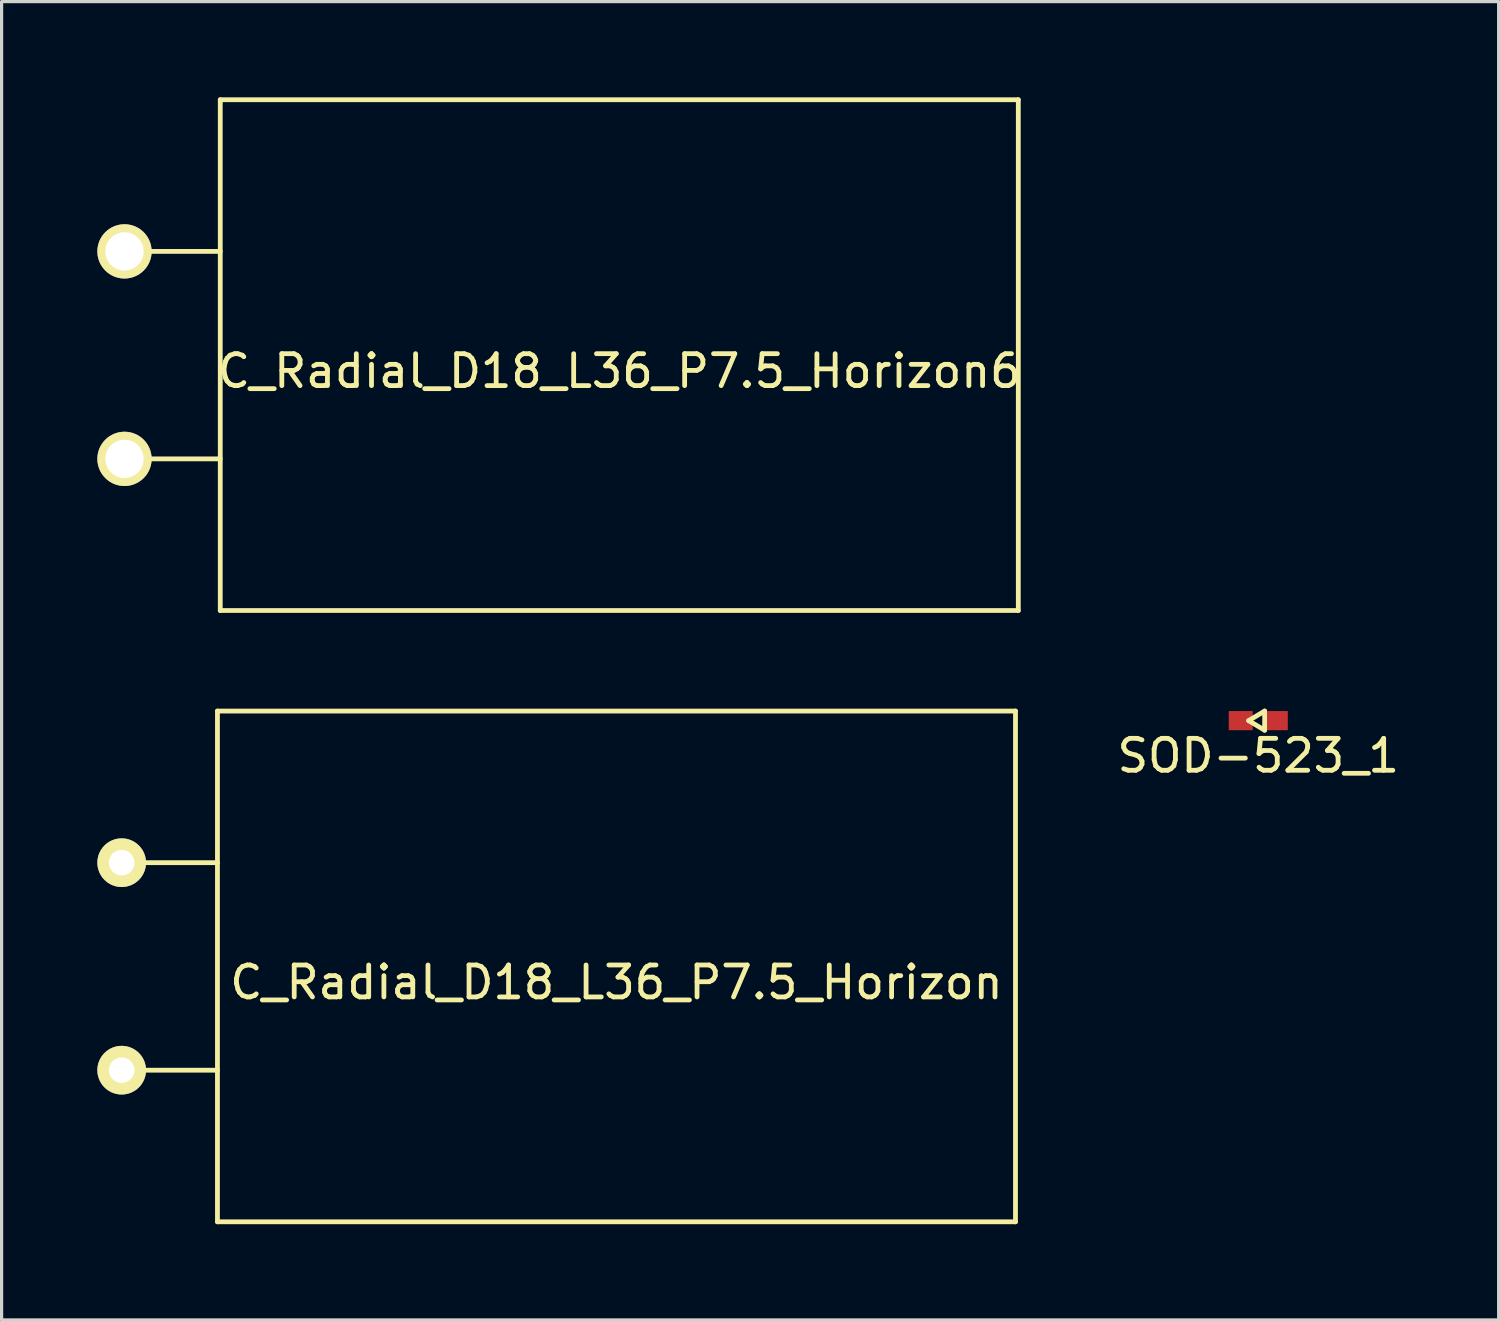
<source format=kicad_pcb>
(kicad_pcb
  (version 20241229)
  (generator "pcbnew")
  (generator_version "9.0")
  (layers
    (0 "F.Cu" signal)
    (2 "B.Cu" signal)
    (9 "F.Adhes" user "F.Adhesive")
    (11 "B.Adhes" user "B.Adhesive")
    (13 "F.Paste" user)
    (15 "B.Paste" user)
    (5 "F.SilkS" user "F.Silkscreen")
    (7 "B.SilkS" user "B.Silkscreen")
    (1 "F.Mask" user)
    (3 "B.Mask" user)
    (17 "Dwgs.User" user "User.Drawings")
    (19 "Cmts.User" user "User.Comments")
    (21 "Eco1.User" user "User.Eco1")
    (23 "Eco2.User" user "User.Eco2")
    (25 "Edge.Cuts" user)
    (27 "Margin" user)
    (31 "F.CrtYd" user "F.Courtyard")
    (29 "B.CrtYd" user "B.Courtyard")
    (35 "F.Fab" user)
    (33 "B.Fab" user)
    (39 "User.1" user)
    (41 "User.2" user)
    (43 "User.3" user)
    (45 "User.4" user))
  (footprint "SOD-523_1"
    (layer "F.Cu")
    (at 36.367 19.525)
    (property "Reference" "SOD-523_1" (at 0 1.1 0) (layer "F.SilkS") (effects (font (size 1 1) (thickness 0.15))))
    (attr through_hole)
    (fp_line (start -0.3 0) (end 0.2 -0.3) (stroke (width 0.15) (type solid)) (layer "F.SilkS"))
    (fp_line (start 0.2 -0.3) (end 0.2 0.3) (stroke (width 0.15) (type solid)) (layer "F.SilkS"))
    (fp_line (start 0.2 0.3) (end -0.3 0) (stroke (width 0.15) (type solid)) (layer "F.SilkS"))
    (pad "1" smd rect (at -0.55 0) (size 0.75 0.6) (layers "F.Cu" "F.Mask" "F.Paste"))
    (pad "2" smd rect (at 0.55 0) (size 0.75 0.6) (layers "F.Cu" "F.Mask" "F.Paste")))
  (footprint "C_Radial_D18_L36_P7.5_Horizon6"
    (layer "F.Cu")
    (at 16.35 7.575)
    (property "Reference" "C_Radial_D18_L36_P7.5_Horizon6" (at 0 1 0) (layer "F.SilkS") (effects (font (size 1 1) (thickness 0.15))))
    (attr through_hole)
    (fp_line (start -12.5 -7.5) (end 12.5 -7.5) (stroke (width 0.15) (type solid)) (layer "F.SilkS"))
    (fp_line (start -12.5 -2.75) (end -15.5 -2.75) (stroke (width 0.15) (type solid)) (layer "F.SilkS"))
    (fp_line (start -12.5 3.75) (end -15.5 3.75) (stroke (width 0.15) (type solid)) (layer "F.SilkS"))
    (fp_line (start -12.5 8.5) (end -12.5 -7.5) (stroke (width 0.15) (type solid)) (layer "F.SilkS"))
    (fp_line (start 12.5 -7.5) (end 12.5 8.5) (stroke (width 0.15) (type solid)) (layer "F.SilkS"))
    (fp_line (start 12.5 8.5) (end -12.5 8.5) (stroke (width 0.15) (type solid)) (layer "F.SilkS"))
    (pad "1" thru_hole circle (at -15.5 -2.75) (size 1.7 1.7) (drill 1.2) (layers "*.Cu" "*.Mask" "F.SilkS"))
    (pad "2" thru_hole circle (at -15.5 3.75) (size 1.7 1.7) (drill 1.2) (layers "*.Cu" "*.Mask" "F.SilkS")))
  (footprint "C_Radial_D18_L36_P7.5_Horizon"
    (layer "F.Cu")
    (at 16.262 27.225)
    (property "Reference" "C_Radial_D18_L36_P7.5_Horizon" (at 0 0.5 0) (layer "F.SilkS") (effects (font (size 1 1) (thickness 0.15))))
    (attr through_hole)
    (fp_line (start -12.5 -8) (end 12.5 -8) (stroke (width 0.15) (type solid)) (layer "F.SilkS"))
    (fp_line (start -12.5 -3.25) (end -15.5 -3.25) (stroke (width 0.15) (type solid)) (layer "F.SilkS"))
    (fp_line (start -12.5 3.25) (end -15.5 3.25) (stroke (width 0.15) (type solid)) (layer "F.SilkS"))
    (fp_line (start -12.5 8) (end -12.5 -8) (stroke (width 0.15) (type solid)) (layer "F.SilkS"))
    (fp_line (start 12.5 -8) (end 12.5 8) (stroke (width 0.15) (type solid)) (layer "F.SilkS"))
    (fp_line (start 12.5 8) (end -12.5 8) (stroke (width 0.15) (type solid)) (layer "F.SilkS"))
    (pad "1" thru_hole circle (at -15.5 -3.25) (size 1.524 1.524) (drill 0.8) (layers "*.Cu" "*.Mask" "F.SilkS"))
    (pad "2" thru_hole circle (at -15.5 3.25) (size 1.524 1.524) (drill 0.8) (layers "*.Cu" "*.Mask" "F.SilkS")))
  (gr_rect
    (start -3 -3)
    (end 43.897 38.3)
    (stroke (width 0.1) (type default))
    (fill no)
    (layer "Edge.Cuts")))
</source>
